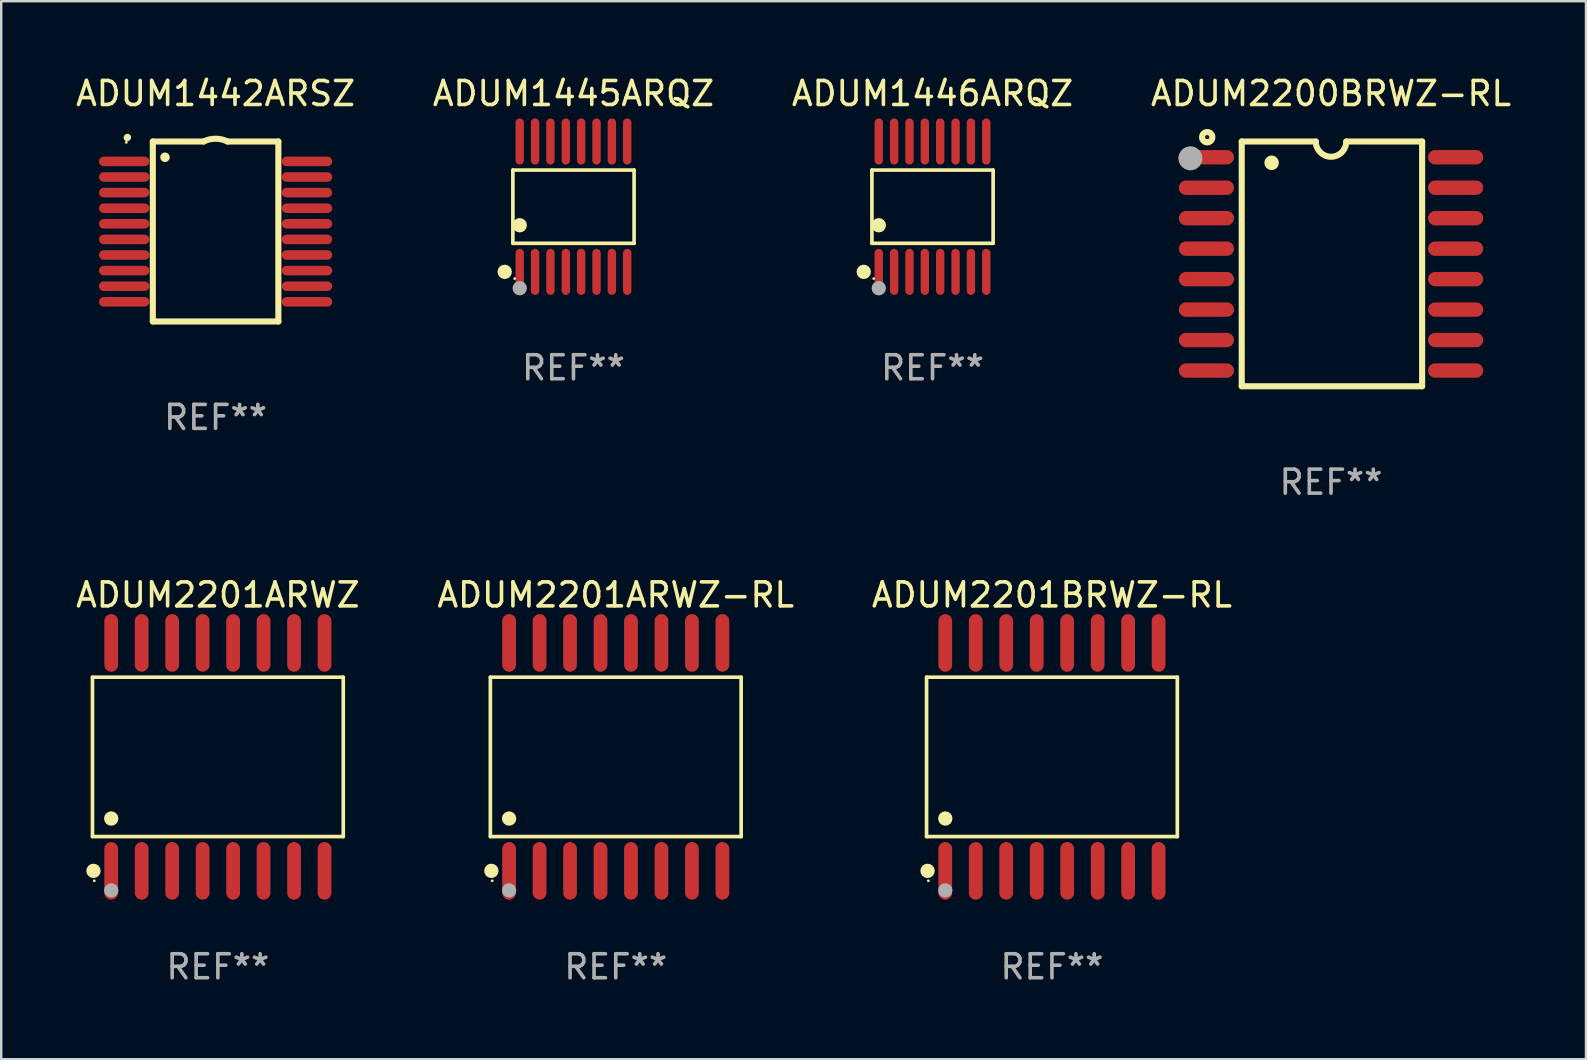
<source format=kicad_pcb>
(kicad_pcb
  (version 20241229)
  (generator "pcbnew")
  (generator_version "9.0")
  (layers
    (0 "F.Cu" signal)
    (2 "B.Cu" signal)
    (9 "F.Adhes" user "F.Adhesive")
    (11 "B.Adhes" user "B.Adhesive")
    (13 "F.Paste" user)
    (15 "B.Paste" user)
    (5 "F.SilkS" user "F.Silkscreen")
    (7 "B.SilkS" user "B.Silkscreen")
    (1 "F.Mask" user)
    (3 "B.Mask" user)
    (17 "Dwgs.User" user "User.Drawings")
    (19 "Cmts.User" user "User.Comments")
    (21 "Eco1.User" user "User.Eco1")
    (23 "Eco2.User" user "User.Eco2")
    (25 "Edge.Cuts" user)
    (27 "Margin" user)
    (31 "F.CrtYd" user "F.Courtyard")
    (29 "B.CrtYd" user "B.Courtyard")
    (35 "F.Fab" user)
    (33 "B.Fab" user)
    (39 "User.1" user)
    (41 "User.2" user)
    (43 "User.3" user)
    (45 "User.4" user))
  (footprint "ADUM2201ARWZ-RL"
    (layer "F.Cu")
    (at 22.613 28.495)
    (property "Reference" "ADUM2201ARWZ-RL" (at 0 -6.75 0) (layer "F.SilkS") (effects (font (size 1 1) (thickness 0.15))))
    (attr through_hole)
    (fp_line (start -5.226 -3.321) (end 5.226 -3.321) (stroke (width 0.152) (type solid)) (layer "F.SilkS"))
    (fp_line (start -5.226 3.321) (end -5.226 -3.321) (stroke (width 0.152) (type solid)) (layer "F.SilkS"))
    (fp_line (start 5.226 -3.321) (end 5.226 3.321) (stroke (width 0.152) (type solid)) (layer "F.SilkS"))
    (fp_line (start 5.226 3.321) (end -5.226 3.321) (stroke (width 0.152) (type solid)) (layer "F.SilkS"))
    (fp_circle (center -5.184 4.75) (end -5.034 4.75) (stroke (width 0.3) (type solid)) (fill no) (layer "F.SilkS"))
    (fp_circle (center -5.15 5.163) (end -5.12 5.163) (stroke (width 0.06) (type solid)) (fill no) (layer "F.SilkS"))
    (fp_circle (center -4.445 2.569) (end -4.295 2.569) (stroke (width 0.3) (type solid)) (fill no) (layer "F.SilkS"))
    (fp_circle (center -4.445 5.563) (end -4.295 5.563) (stroke (width 0.3) (type solid)) (fill no) (layer "F.Fab"))
    (fp_text user "REF**" (at 0 8.75 0) (layer "F.Fab") (effects (font (size 1 1) (thickness 0.15))))
    (pad "1" smd oval (at -4.445 4.75) (size 0.574 2.401) (layers "F.Cu" "F.Mask" "F.Paste"))
    (pad "2" smd oval (at -3.175 4.75) (size 0.574 2.401) (layers "F.Cu" "F.Mask" "F.Paste"))
    (pad "3" smd oval (at -1.905 4.75) (size 0.574 2.401) (layers "F.Cu" "F.Mask" "F.Paste"))
    (pad "4" smd oval (at -0.635 4.75) (size 0.574 2.401) (layers "F.Cu" "F.Mask" "F.Paste"))
    (pad "5" smd oval (at 0.635 4.75) (size 0.574 2.401) (layers "F.Cu" "F.Mask" "F.Paste"))
    (pad "6" smd oval (at 1.905 4.75) (size 0.574 2.401) (layers "F.Cu" "F.Mask" "F.Paste"))
    (pad "7" smd oval (at 3.175 4.75) (size 0.574 2.401) (layers "F.Cu" "F.Mask" "F.Paste"))
    (pad "8" smd oval (at 4.445 4.75) (size 0.574 2.401) (layers "F.Cu" "F.Mask" "F.Paste"))
    (pad "9" smd oval (at 4.445 -4.75) (size 0.574 2.401) (layers "F.Cu" "F.Mask" "F.Paste"))
    (pad "10" smd oval (at 3.175 -4.75) (size 0.574 2.401) (layers "F.Cu" "F.Mask" "F.Paste"))
    (pad "11" smd oval (at 1.905 -4.75) (size 0.574 2.401) (layers "F.Cu" "F.Mask" "F.Paste"))
    (pad "12" smd oval (at 0.635 -4.75) (size 0.574 2.401) (layers "F.Cu" "F.Mask" "F.Paste"))
    (pad "13" smd oval (at -0.635 -4.75) (size 0.574 2.401) (layers "F.Cu" "F.Mask" "F.Paste"))
    (pad "14" smd oval (at -1.905 -4.75) (size 0.574 2.401) (layers "F.Cu" "F.Mask" "F.Paste"))
    (pad "15" smd oval (at -3.175 -4.75) (size 0.574 2.401) (layers "F.Cu" "F.Mask" "F.Paste"))
    (pad "16" smd oval (at -4.445 -4.75) (size 0.574 2.401) (layers "F.Cu" "F.Mask" "F.Paste")))
  (footprint "ADUM2201ARWZ"
    (layer "F.Cu")
    (at 6.03 28.495)
    (property "Reference" "ADUM2201ARWZ" (at 0 -6.75 0) (layer "F.SilkS") (effects (font (size 1 1) (thickness 0.15))))
    (attr through_hole)
    (fp_line (start -5.226 -3.321) (end 5.226 -3.321) (stroke (width 0.152) (type solid)) (layer "F.SilkS"))
    (fp_line (start -5.226 3.321) (end -5.226 -3.321) (stroke (width 0.152) (type solid)) (layer "F.SilkS"))
    (fp_line (start 5.226 -3.321) (end 5.226 3.321) (stroke (width 0.152) (type solid)) (layer "F.SilkS"))
    (fp_line (start 5.226 3.321) (end -5.226 3.321) (stroke (width 0.152) (type solid)) (layer "F.SilkS"))
    (fp_circle (center -5.184 4.75) (end -5.034 4.75) (stroke (width 0.3) (type solid)) (fill no) (layer "F.SilkS"))
    (fp_circle (center -5.15 5.163) (end -5.12 5.163) (stroke (width 0.06) (type solid)) (fill no) (layer "F.SilkS"))
    (fp_circle (center -4.445 2.569) (end -4.295 2.569) (stroke (width 0.3) (type solid)) (fill no) (layer "F.SilkS"))
    (fp_circle (center -4.445 5.563) (end -4.295 5.563) (stroke (width 0.3) (type solid)) (fill no) (layer "F.Fab"))
    (fp_text user "REF**" (at 0 8.75 0) (layer "F.Fab") (effects (font (size 1 1) (thickness 0.15))))
    (pad "1" smd oval (at -4.445 4.75) (size 0.574 2.401) (layers "F.Cu" "F.Mask" "F.Paste"))
    (pad "2" smd oval (at -3.175 4.75) (size 0.574 2.401) (layers "F.Cu" "F.Mask" "F.Paste"))
    (pad "3" smd oval (at -1.905 4.75) (size 0.574 2.401) (layers "F.Cu" "F.Mask" "F.Paste"))
    (pad "4" smd oval (at -0.635 4.75) (size 0.574 2.401) (layers "F.Cu" "F.Mask" "F.Paste"))
    (pad "5" smd oval (at 0.635 4.75) (size 0.574 2.401) (layers "F.Cu" "F.Mask" "F.Paste"))
    (pad "6" smd oval (at 1.905 4.75) (size 0.574 2.401) (layers "F.Cu" "F.Mask" "F.Paste"))
    (pad "7" smd oval (at 3.175 4.75) (size 0.574 2.401) (layers "F.Cu" "F.Mask" "F.Paste"))
    (pad "8" smd oval (at 4.445 4.75) (size 0.574 2.401) (layers "F.Cu" "F.Mask" "F.Paste"))
    (pad "9" smd oval (at 4.445 -4.75) (size 0.574 2.401) (layers "F.Cu" "F.Mask" "F.Paste"))
    (pad "10" smd oval (at 3.175 -4.75) (size 0.574 2.401) (layers "F.Cu" "F.Mask" "F.Paste"))
    (pad "11" smd oval (at 1.905 -4.75) (size 0.574 2.401) (layers "F.Cu" "F.Mask" "F.Paste"))
    (pad "12" smd oval (at 0.635 -4.75) (size 0.574 2.401) (layers "F.Cu" "F.Mask" "F.Paste"))
    (pad "13" smd oval (at -0.635 -4.75) (size 0.574 2.401) (layers "F.Cu" "F.Mask" "F.Paste"))
    (pad "14" smd oval (at -1.905 -4.75) (size 0.574 2.401) (layers "F.Cu" "F.Mask" "F.Paste"))
    (pad "15" smd oval (at -3.175 -4.75) (size 0.574 2.401) (layers "F.Cu" "F.Mask" "F.Paste"))
    (pad "16" smd oval (at -4.445 -4.75) (size 0.574 2.401) (layers "F.Cu" "F.Mask" "F.Paste")))
  (footprint "ADUM1442ARSZ"
    (layer "F.Cu")
    (at 5.935 6.598)
    (property "Reference" "ADUM1442ARSZ" (at 0 -5.75 0) (layer "F.SilkS") (effects (font (size 1 1) (thickness 0.15))))
    (attr through_hole)
    (fp_line (start -2.616 -3.75) (end -0.5 -3.75) (stroke (width 0.254) (type solid)) (layer "F.SilkS"))
    (fp_line (start -2.616 3.75) (end -2.616 -3.75) (stroke (width 0.254) (type solid)) (layer "F.SilkS"))
    (fp_line (start 0.5 -3.75) (end 2.616 -3.75) (stroke (width 0.254) (type solid)) (layer "F.SilkS"))
    (fp_line (start 2.616 -3.75) (end 2.616 3.75) (stroke (width 0.254) (type solid)) (layer "F.SilkS"))
    (fp_line (start 2.616 3.75) (end -2.616 3.75) (stroke (width 0.254) (type solid)) (layer "F.SilkS"))
    (fp_arc (start -3.683109 -3.911608) (mid -3.678201 -3.91686) (end -3.672949 -3.921768) (stroke (width 0.3) (type solid)) (layer "F.SilkS"))
    (fp_arc (start -0.500483 -3.749047) (mid -0.000102 -3.867211) (end 0.500279 -3.749047) (stroke (width 0.254001) (type solid)) (layer "F.SilkS"))
    (fp_circle (center -3.72 -3.715) (end -3.69 -3.715) (stroke (width 0.06) (type solid)) (fill no) (layer "F.SilkS"))
    (fp_circle (center -2.108 -3.094) (end -2.008 -3.094) (stroke (width 0.2) (type solid)) (fill no) (layer "F.SilkS"))
    (fp_text user "REF**" (at 0 7.75 0) (layer "F.Fab") (effects (font (size 1 1) (thickness 0.15))))
    (pad "1" smd oval (at -3.81 -2.921 90) (size 0.4 2.1) (layers "F.Cu" "F.Mask" "F.Paste"))
    (pad "2" smd oval (at -3.81 -2.271 90) (size 0.4 2.1) (layers "F.Cu" "F.Mask" "F.Paste"))
    (pad "3" smd oval (at -3.81 -1.621 90) (size 0.4 2.1) (layers "F.Cu" "F.Mask" "F.Paste"))
    (pad "4" smd oval (at -3.81 -0.97 90) (size 0.4 2.1) (layers "F.Cu" "F.Mask" "F.Paste"))
    (pad "5" smd oval (at -3.81 -0.32 90) (size 0.4 2.1) (layers "F.Cu" "F.Mask" "F.Paste"))
    (pad "6" smd oval (at -3.81 0.33 90) (size 0.4 2.1) (layers "F.Cu" "F.Mask" "F.Paste"))
    (pad "7" smd oval (at -3.81 0.98 90) (size 0.4 2.1) (layers "F.Cu" "F.Mask" "F.Paste"))
    (pad "8" smd oval (at -3.81 1.631 90) (size 0.4 2.1) (layers "F.Cu" "F.Mask" "F.Paste"))
    (pad "9" smd oval (at -3.81 2.281 90) (size 0.4 2.1) (layers "F.Cu" "F.Mask" "F.Paste"))
    (pad "10" smd oval (at -3.81 2.931 90) (size 0.4 2.1) (layers "F.Cu" "F.Mask" "F.Paste"))
    (pad "11" smd oval (at 3.81 2.931 90) (size 0.4 2.1) (layers "F.Cu" "F.Mask" "F.Paste"))
    (pad "12" smd oval (at 3.81 2.281 90) (size 0.4 2.1) (layers "F.Cu" "F.Mask" "F.Paste"))
    (pad "13" smd oval (at 3.81 1.631 90) (size 0.4 2.1) (layers "F.Cu" "F.Mask" "F.Paste"))
    (pad "14" smd oval (at 3.81 0.98 90) (size 0.4 2.1) (layers "F.Cu" "F.Mask" "F.Paste"))
    (pad "15" smd oval (at 3.81 0.33 90) (size 0.4 2.1) (layers "F.Cu" "F.Mask" "F.Paste"))
    (pad "16" smd oval (at 3.81 -0.32 90) (size 0.4 2.1) (layers "F.Cu" "F.Mask" "F.Paste"))
    (pad "17" smd oval (at 3.81 -0.97 90) (size 0.4 2.1) (layers "F.Cu" "F.Mask" "F.Paste"))
    (pad "18" smd oval (at 3.81 -1.621 90) (size 0.4 2.1) (layers "F.Cu" "F.Mask" "F.Paste"))
    (pad "19" smd oval (at 3.81 -2.271 90) (size 0.4 2.1) (layers "F.Cu" "F.Mask" "F.Paste"))
    (pad "20" smd oval (at 3.81 -2.921 90) (size 0.4 2.1) (layers "F.Cu" "F.Mask" "F.Paste")))
  (footprint "ADUM1445ARQZ"
    (layer "F.Cu")
    (at 20.851 5.564)
    (property "Reference" "ADUM1445ARQZ" (at 0 -4.716 0) (layer "F.SilkS") (effects (font (size 1 1) (thickness 0.15))))
    (attr through_hole)
    (fp_line (start -2.526 -1.526) (end 2.526 -1.526) (stroke (width 0.152) (type solid)) (layer "F.SilkS"))
    (fp_line (start -2.526 1.526) (end -2.526 -1.526) (stroke (width 0.152) (type solid)) (layer "F.SilkS"))
    (fp_line (start 2.526 -1.526) (end 2.526 1.526) (stroke (width 0.152) (type solid)) (layer "F.SilkS"))
    (fp_line (start 2.526 1.526) (end -2.526 1.526) (stroke (width 0.152) (type solid)) (layer "F.SilkS"))
    (fp_circle (center -2.867 2.716) (end -2.717 2.716) (stroke (width 0.3) (type solid)) (fill no) (layer "F.SilkS"))
    (fp_circle (center -2.45 2.997) (end -2.42 2.997) (stroke (width 0.06) (type solid)) (fill no) (layer "F.SilkS"))
    (fp_circle (center -2.24 0.774) (end -2.09 0.774) (stroke (width 0.3) (type solid)) (fill no) (layer "F.SilkS"))
    (fp_circle (center -2.24 3.398) (end -2.09 3.398) (stroke (width 0.3) (type solid)) (fill no) (layer "F.Fab"))
    (fp_text user "REF**" (at 0 6.716 0) (layer "F.Fab") (effects (font (size 1 1) (thickness 0.15))))
    (pad "1" smd oval (at -2.24 2.716) (size 0.35 1.922) (layers "F.Cu" "F.Mask" "F.Paste"))
    (pad "2" smd oval (at -1.6 2.716) (size 0.35 1.922) (layers "F.Cu" "F.Mask" "F.Paste"))
    (pad "3" smd oval (at -0.96 2.716) (size 0.35 1.922) (layers "F.Cu" "F.Mask" "F.Paste"))
    (pad "4" smd oval (at -0.32 2.716) (size 0.35 1.922) (layers "F.Cu" "F.Mask" "F.Paste"))
    (pad "5" smd oval (at 0.32 2.716) (size 0.35 1.922) (layers "F.Cu" "F.Mask" "F.Paste"))
    (pad "6" smd oval (at 0.96 2.716) (size 0.35 1.922) (layers "F.Cu" "F.Mask" "F.Paste"))
    (pad "7" smd oval (at 1.6 2.716) (size 0.35 1.922) (layers "F.Cu" "F.Mask" "F.Paste"))
    (pad "8" smd oval (at 2.24 2.716) (size 0.35 1.922) (layers "F.Cu" "F.Mask" "F.Paste"))
    (pad "9" smd oval (at 2.24 -2.716) (size 0.35 1.922) (layers "F.Cu" "F.Mask" "F.Paste"))
    (pad "10" smd oval (at 1.6 -2.716) (size 0.35 1.922) (layers "F.Cu" "F.Mask" "F.Paste"))
    (pad "11" smd oval (at 0.96 -2.716) (size 0.35 1.922) (layers "F.Cu" "F.Mask" "F.Paste"))
    (pad "12" smd oval (at 0.32 -2.716) (size 0.35 1.922) (layers "F.Cu" "F.Mask" "F.Paste"))
    (pad "13" smd oval (at -0.32 -2.716) (size 0.35 1.922) (layers "F.Cu" "F.Mask" "F.Paste"))
    (pad "14" smd oval (at -0.96 -2.716) (size 0.35 1.922) (layers "F.Cu" "F.Mask" "F.Paste"))
    (pad "15" smd oval (at -1.6 -2.716) (size 0.35 1.922) (layers "F.Cu" "F.Mask" "F.Paste"))
    (pad "16" smd oval (at -2.24 -2.716) (size 0.35 1.922) (layers "F.Cu" "F.Mask" "F.Paste")))
  (footprint "ADUM2200BRWZ-RL"
    (layer "F.Cu")
    (at 52.423 7.948)
    (property "Reference" "ADUM2200BRWZ-RL" (at 0 -7.1 0) (layer "F.SilkS") (effects (font (size 1 1) (thickness 0.15))))
    (attr through_hole)
    (fp_line (start -3.721 -5.1) (end -3.721 5.1) (stroke (width 0.254) (type solid)) (layer "F.SilkS"))
    (fp_line (start -3.721 -5.1) (end -0.635 -5.1) (stroke (width 0.254) (type solid)) (layer "F.SilkS"))
    (fp_line (start -3.721 5.1) (end 3.797 5.1) (stroke (width 0.254) (type solid)) (layer "F.SilkS"))
    (fp_line (start 3.797 -5.1) (end 0.635 -5.1) (stroke (width 0.254) (type solid)) (layer "F.SilkS"))
    (fp_line (start 3.797 5.1) (end 3.797 -5.1) (stroke (width 0.254) (type solid)) (layer "F.SilkS"))
    (fp_arc (start -2.476556 -4.211328) (mid -2.476567 -4.213868) (end -2.476556 -4.216408) (stroke (width 0.6) (type solid)) (layer "F.SilkS"))
    (fp_arc (start 0.63495 -5.100076) (mid -0.000178 -4.465329) (end -0.635052 -5.10033) (stroke (width 0.254001) (type solid)) (layer "F.SilkS"))
    (fp_circle (center -5.16 -5.28) (end -4.945 -5.28) (stroke (width 0.254) (type solid)) (fill no) (layer "F.SilkS"))
    (fp_circle (center -5.15 -5.15) (end -5.12 -5.15) (stroke (width 0.06) (type solid)) (fill no) (layer "F.SilkS"))
    (fp_circle (center -5.86 -4.4) (end -5.61 -4.4) (stroke (width 0.5) (type solid)) (fill no) (layer "F.Fab"))
    (fp_text user "REF**" (at 0 9.1 0) (layer "F.Fab") (effects (font (size 1 1) (thickness 0.15))))
    (pad "1" smd oval (at -5.194 -4.445) (size 2.3 0.6) (layers "F.Cu" "F.Mask" "F.Paste"))
    (pad "2" smd oval (at -5.194 -3.175) (size 2.3 0.6) (layers "F.Cu" "F.Mask" "F.Paste"))
    (pad "3" smd oval (at -5.194 -1.905) (size 2.3 0.6) (layers "F.Cu" "F.Mask" "F.Paste"))
    (pad "4" smd oval (at -5.194 -0.635) (size 2.3 0.6) (layers "F.Cu" "F.Mask" "F.Paste"))
    (pad "5" smd oval (at -5.194 0.635) (size 2.3 0.6) (layers "F.Cu" "F.Mask" "F.Paste"))
    (pad "6" smd oval (at -5.194 1.905) (size 2.3 0.6) (layers "F.Cu" "F.Mask" "F.Paste"))
    (pad "7" smd oval (at -5.194 3.175) (size 2.3 0.6) (layers "F.Cu" "F.Mask" "F.Paste"))
    (pad "8" smd oval (at -5.194 4.445) (size 2.3 0.6) (layers "F.Cu" "F.Mask" "F.Paste"))
    (pad "9" smd oval (at 5.194 4.445) (size 2.3 0.6) (layers "F.Cu" "F.Mask" "F.Paste"))
    (pad "10" smd oval (at 5.194 3.175) (size 2.3 0.6) (layers "F.Cu" "F.Mask" "F.Paste"))
    (pad "11" smd oval (at 5.194 1.905) (size 2.3 0.6) (layers "F.Cu" "F.Mask" "F.Paste"))
    (pad "12" smd oval (at 5.194 0.635) (size 2.3 0.6) (layers "F.Cu" "F.Mask" "F.Paste"))
    (pad "13" smd oval (at 5.194 -0.635) (size 2.3 0.6) (layers "F.Cu" "F.Mask" "F.Paste"))
    (pad "14" smd oval (at 5.194 -1.905) (size 2.3 0.6) (layers "F.Cu" "F.Mask" "F.Paste"))
    (pad "15" smd oval (at 5.194 -3.175) (size 2.3 0.6) (layers "F.Cu" "F.Mask" "F.Paste"))
    (pad "16" smd oval (at 5.194 -4.445) (size 2.3 0.6) (layers "F.Cu" "F.Mask" "F.Paste")))
  (footprint "ADUM2201BRWZ-RL"
    (layer "F.Cu")
    (at 40.792 28.495)
    (property "Reference" "ADUM2201BRWZ-RL" (at 0 -6.75 0) (layer "F.SilkS") (effects (font (size 1 1) (thickness 0.15))))
    (attr through_hole)
    (fp_line (start -5.226 -3.321) (end 5.226 -3.321) (stroke (width 0.152) (type solid)) (layer "F.SilkS"))
    (fp_line (start -5.226 3.321) (end -5.226 -3.321) (stroke (width 0.152) (type solid)) (layer "F.SilkS"))
    (fp_line (start 5.226 -3.321) (end 5.226 3.321) (stroke (width 0.152) (type solid)) (layer "F.SilkS"))
    (fp_line (start 5.226 3.321) (end -5.226 3.321) (stroke (width 0.152) (type solid)) (layer "F.SilkS"))
    (fp_circle (center -5.184 4.75) (end -5.034 4.75) (stroke (width 0.3) (type solid)) (fill no) (layer "F.SilkS"))
    (fp_circle (center -5.15 5.163) (end -5.12 5.163) (stroke (width 0.06) (type solid)) (fill no) (layer "F.SilkS"))
    (fp_circle (center -4.445 2.569) (end -4.295 2.569) (stroke (width 0.3) (type solid)) (fill no) (layer "F.SilkS"))
    (fp_circle (center -4.445 5.563) (end -4.295 5.563) (stroke (width 0.3) (type solid)) (fill no) (layer "F.Fab"))
    (fp_text user "REF**" (at 0 8.75 0) (layer "F.Fab") (effects (font (size 1 1) (thickness 0.15))))
    (pad "1" smd oval (at -4.445 4.75) (size 0.574 2.401) (layers "F.Cu" "F.Mask" "F.Paste"))
    (pad "2" smd oval (at -3.175 4.75) (size 0.574 2.401) (layers "F.Cu" "F.Mask" "F.Paste"))
    (pad "3" smd oval (at -1.905 4.75) (size 0.574 2.401) (layers "F.Cu" "F.Mask" "F.Paste"))
    (pad "4" smd oval (at -0.635 4.75) (size 0.574 2.401) (layers "F.Cu" "F.Mask" "F.Paste"))
    (pad "5" smd oval (at 0.635 4.75) (size 0.574 2.401) (layers "F.Cu" "F.Mask" "F.Paste"))
    (pad "6" smd oval (at 1.905 4.75) (size 0.574 2.401) (layers "F.Cu" "F.Mask" "F.Paste"))
    (pad "7" smd oval (at 3.175 4.75) (size 0.574 2.401) (layers "F.Cu" "F.Mask" "F.Paste"))
    (pad "8" smd oval (at 4.445 4.75) (size 0.574 2.401) (layers "F.Cu" "F.Mask" "F.Paste"))
    (pad "9" smd oval (at 4.445 -4.75) (size 0.574 2.401) (layers "F.Cu" "F.Mask" "F.Paste"))
    (pad "10" smd oval (at 3.175 -4.75) (size 0.574 2.401) (layers "F.Cu" "F.Mask" "F.Paste"))
    (pad "11" smd oval (at 1.905 -4.75) (size 0.574 2.401) (layers "F.Cu" "F.Mask" "F.Paste"))
    (pad "12" smd oval (at 0.635 -4.75) (size 0.574 2.401) (layers "F.Cu" "F.Mask" "F.Paste"))
    (pad "13" smd oval (at -0.635 -4.75) (size 0.574 2.401) (layers "F.Cu" "F.Mask" "F.Paste"))
    (pad "14" smd oval (at -1.905 -4.75) (size 0.574 2.401) (layers "F.Cu" "F.Mask" "F.Paste"))
    (pad "15" smd oval (at -3.175 -4.75) (size 0.574 2.401) (layers "F.Cu" "F.Mask" "F.Paste"))
    (pad "16" smd oval (at -4.445 -4.75) (size 0.574 2.401) (layers "F.Cu" "F.Mask" "F.Paste")))
  (footprint "ADUM1446ARQZ"
    (layer "F.Cu")
    (at 35.815 5.564)
    (property "Reference" "ADUM1446ARQZ" (at 0 -4.716 0) (layer "F.SilkS") (effects (font (size 1 1) (thickness 0.15))))
    (attr through_hole)
    (fp_line (start -2.526 -1.526) (end 2.526 -1.526) (stroke (width 0.152) (type solid)) (layer "F.SilkS"))
    (fp_line (start -2.526 1.526) (end -2.526 -1.526) (stroke (width 0.152) (type solid)) (layer "F.SilkS"))
    (fp_line (start 2.526 -1.526) (end 2.526 1.526) (stroke (width 0.152) (type solid)) (layer "F.SilkS"))
    (fp_line (start 2.526 1.526) (end -2.526 1.526) (stroke (width 0.152) (type solid)) (layer "F.SilkS"))
    (fp_circle (center -2.867 2.716) (end -2.717 2.716) (stroke (width 0.3) (type solid)) (fill no) (layer "F.SilkS"))
    (fp_circle (center -2.45 2.997) (end -2.42 2.997) (stroke (width 0.06) (type solid)) (fill no) (layer "F.SilkS"))
    (fp_circle (center -2.24 0.774) (end -2.09 0.774) (stroke (width 0.3) (type solid)) (fill no) (layer "F.SilkS"))
    (fp_circle (center -2.24 3.398) (end -2.09 3.398) (stroke (width 0.3) (type solid)) (fill no) (layer "F.Fab"))
    (fp_text user "REF**" (at 0 6.716 0) (layer "F.Fab") (effects (font (size 1 1) (thickness 0.15))))
    (pad "1" smd oval (at -2.24 2.716) (size 0.35 1.922) (layers "F.Cu" "F.Mask" "F.Paste"))
    (pad "2" smd oval (at -1.6 2.716) (size 0.35 1.922) (layers "F.Cu" "F.Mask" "F.Paste"))
    (pad "3" smd oval (at -0.96 2.716) (size 0.35 1.922) (layers "F.Cu" "F.Mask" "F.Paste"))
    (pad "4" smd oval (at -0.32 2.716) (size 0.35 1.922) (layers "F.Cu" "F.Mask" "F.Paste"))
    (pad "5" smd oval (at 0.32 2.716) (size 0.35 1.922) (layers "F.Cu" "F.Mask" "F.Paste"))
    (pad "6" smd oval (at 0.96 2.716) (size 0.35 1.922) (layers "F.Cu" "F.Mask" "F.Paste"))
    (pad "7" smd oval (at 1.6 2.716) (size 0.35 1.922) (layers "F.Cu" "F.Mask" "F.Paste"))
    (pad "8" smd oval (at 2.24 2.716) (size 0.35 1.922) (layers "F.Cu" "F.Mask" "F.Paste"))
    (pad "9" smd oval (at 2.24 -2.716) (size 0.35 1.922) (layers "F.Cu" "F.Mask" "F.Paste"))
    (pad "10" smd oval (at 1.6 -2.716) (size 0.35 1.922) (layers "F.Cu" "F.Mask" "F.Paste"))
    (pad "11" smd oval (at 0.96 -2.716) (size 0.35 1.922) (layers "F.Cu" "F.Mask" "F.Paste"))
    (pad "12" smd oval (at 0.32 -2.716) (size 0.35 1.922) (layers "F.Cu" "F.Mask" "F.Paste"))
    (pad "13" smd oval (at -0.32 -2.716) (size 0.35 1.922) (layers "F.Cu" "F.Mask" "F.Paste"))
    (pad "14" smd oval (at -0.96 -2.716) (size 0.35 1.922) (layers "F.Cu" "F.Mask" "F.Paste"))
    (pad "15" smd oval (at -1.6 -2.716) (size 0.35 1.922) (layers "F.Cu" "F.Mask" "F.Paste"))
    (pad "16" smd oval (at -2.24 -2.716) (size 0.35 1.922) (layers "F.Cu" "F.Mask" "F.Paste")))
  (gr_rect
    (start -3 -3)
    (end 63.048 41.094)
    (stroke (width 0.1) (type default))
    (fill no)
    (layer "Edge.Cuts")))
</source>
